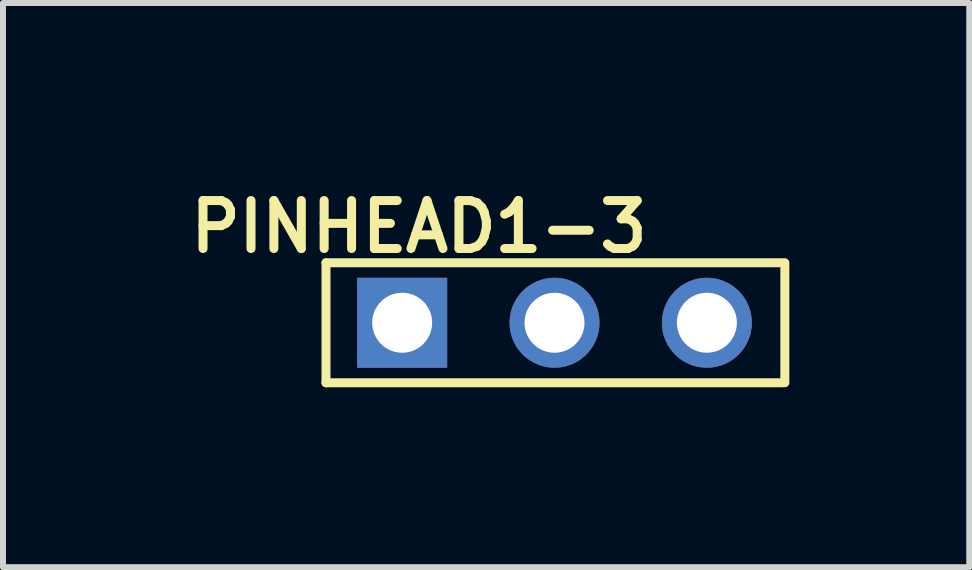
<source format=kicad_pcb>
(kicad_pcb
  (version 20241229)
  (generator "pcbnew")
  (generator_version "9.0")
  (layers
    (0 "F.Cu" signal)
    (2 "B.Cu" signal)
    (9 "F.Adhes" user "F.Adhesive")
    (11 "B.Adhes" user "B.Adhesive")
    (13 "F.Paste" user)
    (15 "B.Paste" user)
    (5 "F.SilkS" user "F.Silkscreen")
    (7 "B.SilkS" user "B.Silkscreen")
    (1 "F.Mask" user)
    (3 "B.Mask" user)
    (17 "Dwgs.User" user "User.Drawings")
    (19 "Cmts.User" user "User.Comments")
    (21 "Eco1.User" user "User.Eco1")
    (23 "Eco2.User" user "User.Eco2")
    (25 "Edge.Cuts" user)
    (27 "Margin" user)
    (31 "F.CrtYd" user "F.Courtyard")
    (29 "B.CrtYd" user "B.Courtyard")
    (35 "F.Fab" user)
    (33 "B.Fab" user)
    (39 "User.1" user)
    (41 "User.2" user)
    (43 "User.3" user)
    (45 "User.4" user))
  (footprint "PINHEAD1-3"
    (layer "F.Cu")
    (at 8.735 2.331)
    (property "Reference" "PINHEAD1-3" (at -4.8 -1.6 0) (layer "F.SilkS") (effects (font (size 0.8 0.8) (thickness 0.15))))
    (attr exclude_from_pos_files exclude_from_bom)
    (fp_line (start -6.35 -1) (end -6.35 1) (stroke (width 0.15) (type solid)) (layer "F.SilkS"))
    (fp_line (start -6.35 -1) (end 1.27 -1) (stroke (width 0.15) (type solid)) (layer "F.SilkS"))
    (fp_line (start 1.27 1) (end -6.35 1) (stroke (width 0.15) (type solid)) (layer "F.SilkS"))
    (fp_line (start 1.3 -1) (end 1.3 1) (stroke (width 0.15) (type solid)) (layer "F.SilkS"))
    (pad "1" thru_hole rect (at -5.08 0) (size 1.5 1.5) (drill 1) (layers "*.Cu" "*.Mask"))
    (pad "2" thru_hole circle (at -2.54 0) (size 1.5 1.5) (drill 1) (layers "*.Cu" "*.Mask"))
    (pad "3" thru_hole circle (at 0 0) (size 1.5 1.5) (drill 1) (layers "*.Cu" "*.Mask")))
  (gr_rect
    (start -3 -3)
    (end 13.11 6.406)
    (stroke (width 0.1) (type default))
    (fill no)
    (layer "Edge.Cuts")))
</source>
